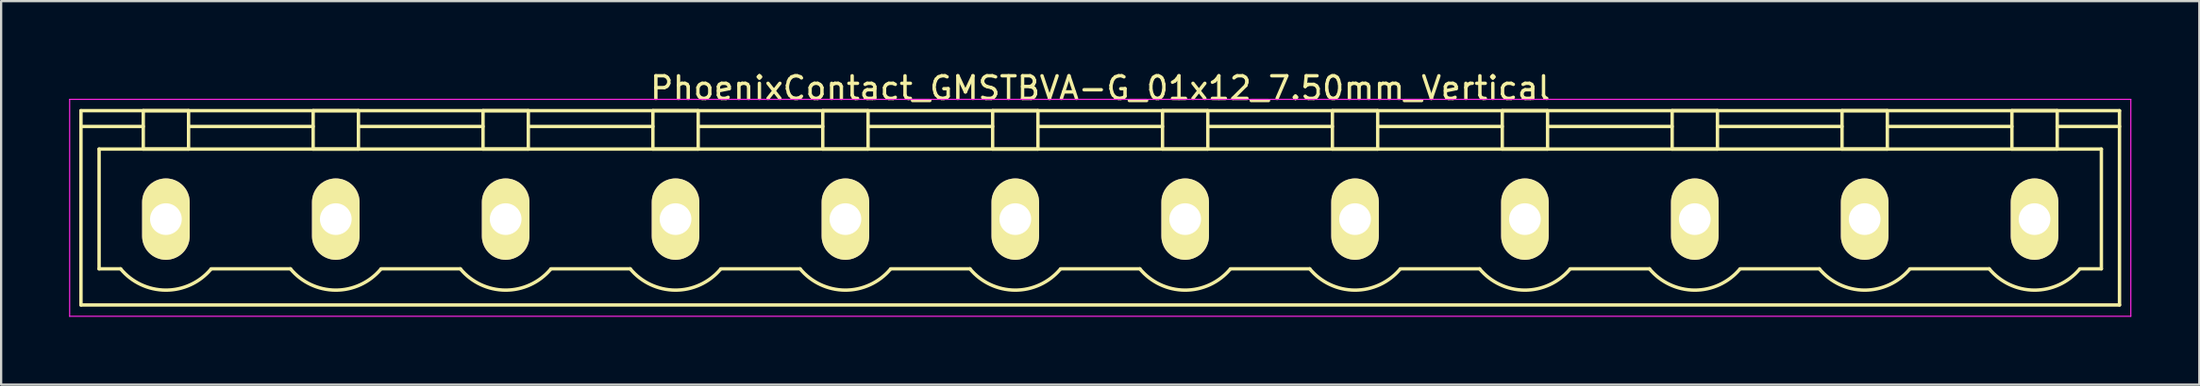
<source format=kicad_pcb>
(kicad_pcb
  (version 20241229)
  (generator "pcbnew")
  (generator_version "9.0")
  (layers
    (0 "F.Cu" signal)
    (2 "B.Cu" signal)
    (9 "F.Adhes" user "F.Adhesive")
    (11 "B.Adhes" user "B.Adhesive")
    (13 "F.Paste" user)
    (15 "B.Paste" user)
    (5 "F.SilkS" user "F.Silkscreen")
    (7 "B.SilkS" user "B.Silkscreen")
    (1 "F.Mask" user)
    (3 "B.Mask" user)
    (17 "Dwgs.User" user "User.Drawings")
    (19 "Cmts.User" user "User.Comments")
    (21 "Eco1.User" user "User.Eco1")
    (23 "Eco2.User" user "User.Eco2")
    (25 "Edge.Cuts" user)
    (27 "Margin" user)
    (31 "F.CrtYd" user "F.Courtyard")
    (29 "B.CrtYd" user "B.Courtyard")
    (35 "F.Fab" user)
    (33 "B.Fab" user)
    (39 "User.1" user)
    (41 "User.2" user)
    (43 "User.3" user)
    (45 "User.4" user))
  (footprint "PhoenixContact_GMSTBVA-G_01x12_7.50mm_Vertical"
    (layer "F.Cu")
    (at 4.275 6.648)
    (property "Reference" "PhoenixContact_GMSTBVA-G_01x12_7.50mm_Vertical" (at 41.25 -5.8 0) (layer "F.SilkS") (effects (font (size 1 1) (thickness 0.15))))
    (attr through_hole)
    (fp_line (start -3.75 -4.8) (end -3.75 3.8) (stroke (width 0.15) (type solid)) (layer "F.SilkS"))
    (fp_line (start -3.75 -4.1) (end -1 -4.1) (stroke (width 0.15) (type solid)) (layer "F.SilkS"))
    (fp_line (start -3.75 3.8) (end 86.25 3.8) (stroke (width 0.15) (type solid)) (layer "F.SilkS"))
    (fp_line (start -2.95 -3.1) (end 85.45 -3.1) (stroke (width 0.15) (type solid)) (layer "F.SilkS"))
    (fp_line (start -2.95 2.2) (end -2.95 -3.1) (stroke (width 0.15) (type solid)) (layer "F.SilkS"))
    (fp_line (start -2 2.2) (end -2.95 2.2) (stroke (width 0.15) (type solid)) (layer "F.SilkS"))
    (fp_line (start -1 -4.8) (end 1 -4.8) (stroke (width 0.15) (type solid)) (layer "F.SilkS"))
    (fp_line (start -1 -3.1) (end -1 -4.8) (stroke (width 0.15) (type solid)) (layer "F.SilkS"))
    (fp_line (start 1 -4.8) (end 1 -3.1) (stroke (width 0.15) (type solid)) (layer "F.SilkS"))
    (fp_line (start 1 -4.1) (end 6.5 -4.1) (stroke (width 0.15) (type solid)) (layer "F.SilkS"))
    (fp_line (start 1 -3.1) (end -1 -3.1) (stroke (width 0.15) (type solid)) (layer "F.SilkS"))
    (fp_line (start 2 2.2) (end 5.5 2.2) (stroke (width 0.15) (type solid)) (layer "F.SilkS"))
    (fp_line (start 6.5 -4.8) (end 8.5 -4.8) (stroke (width 0.15) (type solid)) (layer "F.SilkS"))
    (fp_line (start 6.5 -3.1) (end 6.5 -4.8) (stroke (width 0.15) (type solid)) (layer "F.SilkS"))
    (fp_line (start 8.5 -4.8) (end 8.5 -3.1) (stroke (width 0.15) (type solid)) (layer "F.SilkS"))
    (fp_line (start 8.5 -4.1) (end 14 -4.1) (stroke (width 0.15) (type solid)) (layer "F.SilkS"))
    (fp_line (start 8.5 -3.1) (end 6.5 -3.1) (stroke (width 0.15) (type solid)) (layer "F.SilkS"))
    (fp_line (start 9.5 2.2) (end 13 2.2) (stroke (width 0.15) (type solid)) (layer "F.SilkS"))
    (fp_line (start 14 -4.8) (end 16 -4.8) (stroke (width 0.15) (type solid)) (layer "F.SilkS"))
    (fp_line (start 14 -3.1) (end 14 -4.8) (stroke (width 0.15) (type solid)) (layer "F.SilkS"))
    (fp_line (start 16 -4.8) (end 16 -3.1) (stroke (width 0.15) (type solid)) (layer "F.SilkS"))
    (fp_line (start 16 -4.1) (end 21.5 -4.1) (stroke (width 0.15) (type solid)) (layer "F.SilkS"))
    (fp_line (start 16 -3.1) (end 14 -3.1) (stroke (width 0.15) (type solid)) (layer "F.SilkS"))
    (fp_line (start 17 2.2) (end 20.5 2.2) (stroke (width 0.15) (type solid)) (layer "F.SilkS"))
    (fp_line (start 21.5 -4.8) (end 23.5 -4.8) (stroke (width 0.15) (type solid)) (layer "F.SilkS"))
    (fp_line (start 21.5 -3.1) (end 21.5 -4.8) (stroke (width 0.15) (type solid)) (layer "F.SilkS"))
    (fp_line (start 23.5 -4.8) (end 23.5 -3.1) (stroke (width 0.15) (type solid)) (layer "F.SilkS"))
    (fp_line (start 23.5 -4.1) (end 29 -4.1) (stroke (width 0.15) (type solid)) (layer "F.SilkS"))
    (fp_line (start 23.5 -3.1) (end 21.5 -3.1) (stroke (width 0.15) (type solid)) (layer "F.SilkS"))
    (fp_line (start 24.5 2.2) (end 28 2.2) (stroke (width 0.15) (type solid)) (layer "F.SilkS"))
    (fp_line (start 29 -4.8) (end 31 -4.8) (stroke (width 0.15) (type solid)) (layer "F.SilkS"))
    (fp_line (start 29 -3.1) (end 29 -4.8) (stroke (width 0.15) (type solid)) (layer "F.SilkS"))
    (fp_line (start 31 -4.8) (end 31 -3.1) (stroke (width 0.15) (type solid)) (layer "F.SilkS"))
    (fp_line (start 31 -4.1) (end 36.5 -4.1) (stroke (width 0.15) (type solid)) (layer "F.SilkS"))
    (fp_line (start 31 -3.1) (end 29 -3.1) (stroke (width 0.15) (type solid)) (layer "F.SilkS"))
    (fp_line (start 32 2.2) (end 35.5 2.2) (stroke (width 0.15) (type solid)) (layer "F.SilkS"))
    (fp_line (start 36.5 -4.8) (end 38.5 -4.8) (stroke (width 0.15) (type solid)) (layer "F.SilkS"))
    (fp_line (start 36.5 -3.1) (end 36.5 -4.8) (stroke (width 0.15) (type solid)) (layer "F.SilkS"))
    (fp_line (start 38.5 -4.8) (end 38.5 -3.1) (stroke (width 0.15) (type solid)) (layer "F.SilkS"))
    (fp_line (start 38.5 -4.1) (end 44 -4.1) (stroke (width 0.15) (type solid)) (layer "F.SilkS"))
    (fp_line (start 38.5 -3.1) (end 36.5 -3.1) (stroke (width 0.15) (type solid)) (layer "F.SilkS"))
    (fp_line (start 39.5 2.2) (end 43 2.2) (stroke (width 0.15) (type solid)) (layer "F.SilkS"))
    (fp_line (start 44 -4.8) (end 46 -4.8) (stroke (width 0.15) (type solid)) (layer "F.SilkS"))
    (fp_line (start 44 -3.1) (end 44 -4.8) (stroke (width 0.15) (type solid)) (layer "F.SilkS"))
    (fp_line (start 46 -4.8) (end 46 -3.1) (stroke (width 0.15) (type solid)) (layer "F.SilkS"))
    (fp_line (start 46 -4.1) (end 51.5 -4.1) (stroke (width 0.15) (type solid)) (layer "F.SilkS"))
    (fp_line (start 46 -3.1) (end 44 -3.1) (stroke (width 0.15) (type solid)) (layer "F.SilkS"))
    (fp_line (start 47 2.2) (end 50.5 2.2) (stroke (width 0.15) (type solid)) (layer "F.SilkS"))
    (fp_line (start 51.5 -4.8) (end 53.5 -4.8) (stroke (width 0.15) (type solid)) (layer "F.SilkS"))
    (fp_line (start 51.5 -3.1) (end 51.5 -4.8) (stroke (width 0.15) (type solid)) (layer "F.SilkS"))
    (fp_line (start 53.5 -4.8) (end 53.5 -3.1) (stroke (width 0.15) (type solid)) (layer "F.SilkS"))
    (fp_line (start 53.5 -4.1) (end 59 -4.1) (stroke (width 0.15) (type solid)) (layer "F.SilkS"))
    (fp_line (start 53.5 -3.1) (end 51.5 -3.1) (stroke (width 0.15) (type solid)) (layer "F.SilkS"))
    (fp_line (start 54.5 2.2) (end 58 2.2) (stroke (width 0.15) (type solid)) (layer "F.SilkS"))
    (fp_line (start 59 -4.8) (end 61 -4.8) (stroke (width 0.15) (type solid)) (layer "F.SilkS"))
    (fp_line (start 59 -3.1) (end 59 -4.8) (stroke (width 0.15) (type solid)) (layer "F.SilkS"))
    (fp_line (start 61 -4.8) (end 61 -3.1) (stroke (width 0.15) (type solid)) (layer "F.SilkS"))
    (fp_line (start 61 -4.1) (end 66.5 -4.1) (stroke (width 0.15) (type solid)) (layer "F.SilkS"))
    (fp_line (start 61 -3.1) (end 59 -3.1) (stroke (width 0.15) (type solid)) (layer "F.SilkS"))
    (fp_line (start 62 2.2) (end 65.5 2.2) (stroke (width 0.15) (type solid)) (layer "F.SilkS"))
    (fp_line (start 66.5 -4.8) (end 68.5 -4.8) (stroke (width 0.15) (type solid)) (layer "F.SilkS"))
    (fp_line (start 66.5 -3.1) (end 66.5 -4.8) (stroke (width 0.15) (type solid)) (layer "F.SilkS"))
    (fp_line (start 68.5 -4.8) (end 68.5 -3.1) (stroke (width 0.15) (type solid)) (layer "F.SilkS"))
    (fp_line (start 68.5 -4.1) (end 74 -4.1) (stroke (width 0.15) (type solid)) (layer "F.SilkS"))
    (fp_line (start 68.5 -3.1) (end 66.5 -3.1) (stroke (width 0.15) (type solid)) (layer "F.SilkS"))
    (fp_line (start 69.5 2.2) (end 73 2.2) (stroke (width 0.15) (type solid)) (layer "F.SilkS"))
    (fp_line (start 74 -4.8) (end 76 -4.8) (stroke (width 0.15) (type solid)) (layer "F.SilkS"))
    (fp_line (start 74 -3.1) (end 74 -4.8) (stroke (width 0.15) (type solid)) (layer "F.SilkS"))
    (fp_line (start 76 -4.8) (end 76 -3.1) (stroke (width 0.15) (type solid)) (layer "F.SilkS"))
    (fp_line (start 76 -4.1) (end 81.5 -4.1) (stroke (width 0.15) (type solid)) (layer "F.SilkS"))
    (fp_line (start 76 -3.1) (end 74 -3.1) (stroke (width 0.15) (type solid)) (layer "F.SilkS"))
    (fp_line (start 77 2.2) (end 80.5 2.2) (stroke (width 0.15) (type solid)) (layer "F.SilkS"))
    (fp_line (start 81.5 -4.8) (end 83.5 -4.8) (stroke (width 0.15) (type solid)) (layer "F.SilkS"))
    (fp_line (start 81.5 -3.1) (end 81.5 -4.8) (stroke (width 0.15) (type solid)) (layer "F.SilkS"))
    (fp_line (start 83.5 -4.8) (end 83.5 -3.1) (stroke (width 0.15) (type solid)) (layer "F.SilkS"))
    (fp_line (start 83.5 -3.1) (end 81.5 -3.1) (stroke (width 0.15) (type solid)) (layer "F.SilkS"))
    (fp_line (start 85.45 -3.1) (end 85.45 2.2) (stroke (width 0.15) (type solid)) (layer "F.SilkS"))
    (fp_line (start 85.45 2.2) (end 84.5 2.2) (stroke (width 0.15) (type solid)) (layer "F.SilkS"))
    (fp_line (start 86.25 -4.8) (end -3.75 -4.8) (stroke (width 0.15) (type solid)) (layer "F.SilkS"))
    (fp_line (start 86.25 -4.1) (end 83.5 -4.1) (stroke (width 0.15) (type solid)) (layer "F.SilkS"))
    (fp_line (start 86.25 3.8) (end 86.25 -4.8) (stroke (width 0.15) (type solid)) (layer "F.SilkS"))
    (fp_arc (start 1.986842 2.215821) (mid -0.010289 3.142758) (end -2 2.2) (stroke (width 0.15) (type solid)) (layer "F.SilkS"))
    (fp_arc (start 9.486842 2.215821) (mid 7.489711 3.142758) (end 5.5 2.2) (stroke (width 0.15) (type solid)) (layer "F.SilkS"))
    (fp_arc (start 16.986842 2.215821) (mid 14.989711 3.142758) (end 13 2.2) (stroke (width 0.15) (type solid)) (layer "F.SilkS"))
    (fp_arc (start 24.486842 2.215821) (mid 22.489711 3.142758) (end 20.5 2.2) (stroke (width 0.15) (type solid)) (layer "F.SilkS"))
    (fp_arc (start 31.986842 2.215821) (mid 29.989711 3.142758) (end 28 2.2) (stroke (width 0.15) (type solid)) (layer "F.SilkS"))
    (fp_arc (start 39.486842 2.215821) (mid 37.489711 3.142758) (end 35.5 2.2) (stroke (width 0.15) (type solid)) (layer "F.SilkS"))
    (fp_arc (start 46.986842 2.215821) (mid 44.989711 3.142758) (end 43 2.2) (stroke (width 0.15) (type solid)) (layer "F.SilkS"))
    (fp_arc (start 54.486842 2.215821) (mid 52.489711 3.142758) (end 50.5 2.2) (stroke (width 0.15) (type solid)) (layer "F.SilkS"))
    (fp_arc (start 61.986842 2.215821) (mid 59.989711 3.142758) (end 58 2.2) (stroke (width 0.15) (type solid)) (layer "F.SilkS"))
    (fp_arc (start 69.486842 2.215821) (mid 67.489711 3.142758) (end 65.5 2.2) (stroke (width 0.15) (type solid)) (layer "F.SilkS"))
    (fp_arc (start 76.986842 2.215821) (mid 74.989711 3.142758) (end 73 2.2) (stroke (width 0.15) (type solid)) (layer "F.SilkS"))
    (fp_arc (start 84.486842 2.215821) (mid 82.489711 3.142758) (end 80.5 2.2) (stroke (width 0.15) (type solid)) (layer "F.SilkS"))
    (fp_line (start -4.25 -5.3) (end -4.25 4.3) (stroke (width 0.05) (type solid)) (layer "F.CrtYd"))
    (fp_line (start -4.25 4.3) (end 86.75 4.3) (stroke (width 0.05) (type solid)) (layer "F.CrtYd"))
    (fp_line (start 86.75 -5.3) (end -4.25 -5.3) (stroke (width 0.05) (type solid)) (layer "F.CrtYd"))
    (fp_line (start 86.75 4.3) (end 86.75 -5.3) (stroke (width 0.05) (type solid)) (layer "F.CrtYd"))
    (pad "1" thru_hole oval (at 0 0) (size 2.1 3.6) (drill 1.4) (layers "*.Cu" "*.Mask" "F.SilkS"))
    (pad "2" thru_hole oval (at 7.5 0) (size 2.1 3.6) (drill 1.4) (layers "*.Cu" "*.Mask" "F.SilkS"))
    (pad "3" thru_hole oval (at 15 0) (size 2.1 3.6) (drill 1.4) (layers "*.Cu" "*.Mask" "F.SilkS"))
    (pad "4" thru_hole oval (at 22.5 0) (size 2.1 3.6) (drill 1.4) (layers "*.Cu" "*.Mask" "F.SilkS"))
    (pad "5" thru_hole oval (at 30 0) (size 2.1 3.6) (drill 1.4) (layers "*.Cu" "*.Mask" "F.SilkS"))
    (pad "6" thru_hole oval (at 37.5 0) (size 2.1 3.6) (drill 1.4) (layers "*.Cu" "*.Mask" "F.SilkS"))
    (pad "7" thru_hole oval (at 45 0) (size 2.1 3.6) (drill 1.4) (layers "*.Cu" "*.Mask" "F.SilkS"))
    (pad "8" thru_hole oval (at 52.5 0) (size 2.1 3.6) (drill 1.4) (layers "*.Cu" "*.Mask" "F.SilkS"))
    (pad "9" thru_hole oval (at 60 0) (size 2.1 3.6) (drill 1.4) (layers "*.Cu" "*.Mask" "F.SilkS"))
    (pad "10" thru_hole oval (at 67.5 0) (size 2.1 3.6) (drill 1.4) (layers "*.Cu" "*.Mask" "F.SilkS"))
    (pad "11" thru_hole oval (at 75 0) (size 2.1 3.6) (drill 1.4) (layers "*.Cu" "*.Mask" "F.SilkS"))
    (pad "12" thru_hole oval (at 82.5 0) (size 2.1 3.6) (drill 1.4) (layers "*.Cu" "*.Mask" "F.SilkS")))
  (gr_rect
    (start -3 -3)
    (end 94.05 13.973)
    (stroke (width 0.1) (type default))
    (fill no)
    (layer "Edge.Cuts")))
</source>
